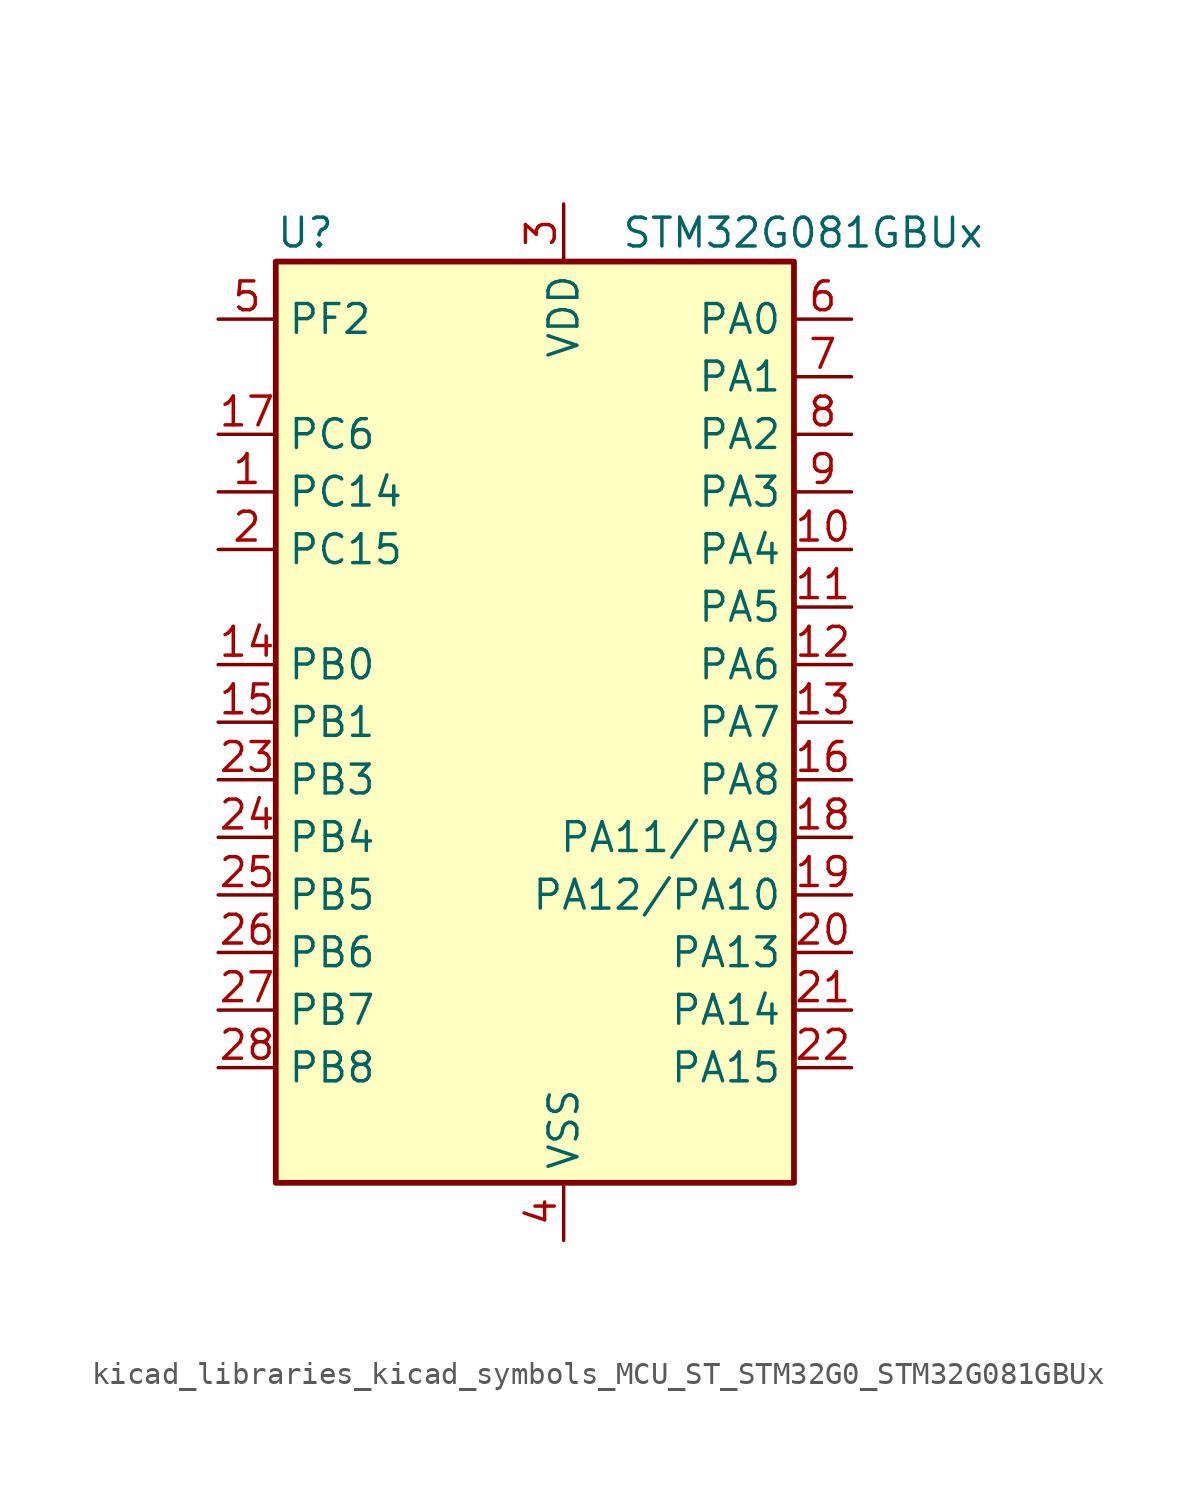
<source format=kicad_sym>
(kicad_symbol_lib
  (version 20220914)
  (generator kicad_symbol_editor)
  (symbol "kicad_libraries_kicad_symbols_MCU_ST_STM32G0_STM32G081GBUx"
    (property "Reference" "U"
      (at -10.16 21.59 0)
      (effects (font (size 1.27 1.27)) (justify left)))
    (property "Value" "STM32G081GBUx"
      (at 5.08 21.59 0)
      (effects (font (size 1.27 1.27)) (justify left)))
    (property "ki_locked" ""
      (at 0 0 0)
      (effects (font (size 1.27 1.27))))
    (symbol "kicad_libraries_kicad_symbols_MCU_ST_STM32G0_STM32G081GBUx_0_1"
      (rectangle (start -10.16 -20.32) (end 12.7 20.32) (stroke (width 0.254) (type default)) (fill (type background))))
    (symbol "kicad_libraries_kicad_symbols_MCU_ST_STM32G0_STM32G081GBUx_1_1"
      (pin bidirectional line (at -12.7 10.16 0) (length 2.54) (name "PC14" (effects (font (size 1.27 1.27)))) (number "1" (effects (font (size 1.27 1.27)))) (alternate "RCC_OSC32_IN" bidirectional line) (alternate "RCC_OSC_IN" bidirectional line) (alternate "TIM1_BK2" bidirectional line))
      (pin bidirectional line (at 15.24 7.62 180) (length 2.54) (name "PA4" (effects (font (size 1.27 1.27)))) (number "10" (effects (font (size 1.27 1.27)))) (alternate "ADC1_IN4" bidirectional line) (alternate "DAC1_OUT1" bidirectional line) (alternate "I2S1_WS" bidirectional line) (alternate "LPTIM2_OUT" bidirectional line) (alternate "RTC_OUT_ALARM" bidirectional line) (alternate "RTC_OUT_CALIB" bidirectional line) (alternate "RTC_TAMP_IN1" bidirectional line) (alternate "RTC_TS" bidirectional line) (alternate "SPI1_NSS" bidirectional line) (alternate "SPI2_MOSI" bidirectional line) (alternate "SYS_WKUP2" bidirectional line) (alternate "TIM14_CH1" bidirectional line))
      (pin bidirectional line (at 15.24 5.08 180) (length 2.54) (name "PA5" (effects (font (size 1.27 1.27)))) (number "11" (effects (font (size 1.27 1.27)))) (alternate "ADC1_IN5" bidirectional line) (alternate "CEC" bidirectional line) (alternate "DAC1_OUT2" bidirectional line) (alternate "I2S1_CK" bidirectional line) (alternate "LPTIM2_ETR" bidirectional line) (alternate "SPI1_SCK" bidirectional line) (alternate "TIM2_CH1" bidirectional line) (alternate "TIM2_ETR" bidirectional line) (alternate "UCPD1_FRSTX1" bidirectional line) (alternate "UCPD1_FRSTX2" bidirectional line) (alternate "USART3_TX" bidirectional line))
      (pin bidirectional line (at 15.24 2.54 180) (length 2.54) (name "PA6" (effects (font (size 1.27 1.27)))) (number "12" (effects (font (size 1.27 1.27)))) (alternate "ADC1_IN6" bidirectional line) (alternate "COMP1_OUT" bidirectional line) (alternate "I2S1_MCK" bidirectional line) (alternate "LPUART1_CTS" bidirectional line) (alternate "SPI1_MISO" bidirectional line) (alternate "TIM16_CH1" bidirectional line) (alternate "TIM1_BK" bidirectional line) (alternate "TIM3_CH1" bidirectional line) (alternate "USART3_CTS" bidirectional line) (alternate "USART3_NSS" bidirectional line))
      (pin bidirectional line (at 15.24 0 180) (length 2.54) (name "PA7" (effects (font (size 1.27 1.27)))) (number "13" (effects (font (size 1.27 1.27)))) (alternate "ADC1_IN7" bidirectional line) (alternate "COMP2_OUT" bidirectional line) (alternate "I2S1_SD" bidirectional line) (alternate "SPI1_MOSI" bidirectional line) (alternate "TIM14_CH1" bidirectional line) (alternate "TIM17_CH1" bidirectional line) (alternate "TIM1_CH1N" bidirectional line) (alternate "TIM3_CH2" bidirectional line) (alternate "UCPD1_FRSTX1" bidirectional line) (alternate "UCPD1_FRSTX2" bidirectional line))
      (pin bidirectional line (at -12.7 2.54 0) (length 2.54) (name "PB0" (effects (font (size 1.27 1.27)))) (number "14" (effects (font (size 1.27 1.27)))) (alternate "ADC1_IN8" bidirectional line) (alternate "COMP1_OUT" bidirectional line) (alternate "I2S1_WS" bidirectional line) (alternate "LPTIM1_OUT" bidirectional line) (alternate "SPI1_NSS" bidirectional line) (alternate "TIM1_CH2N" bidirectional line) (alternate "TIM3_CH3" bidirectional line) (alternate "UCPD1_FRSTX1" bidirectional line) (alternate "UCPD1_FRSTX2" bidirectional line) (alternate "USART3_RX" bidirectional line))
      (pin bidirectional line (at -12.7 0 0) (length 2.54) (name "PB1" (effects (font (size 1.27 1.27)))) (number "15" (effects (font (size 1.27 1.27)))) (alternate "ADC1_IN9" bidirectional line) (alternate "COMP1_INM" bidirectional line) (alternate "LPTIM2_IN1" bidirectional line) (alternate "LPUART1_DE" bidirectional line) (alternate "LPUART1_RTS" bidirectional line) (alternate "TIM14_CH1" bidirectional line) (alternate "TIM1_CH3N" bidirectional line) (alternate "TIM3_CH4" bidirectional line) (alternate "USART3_CK" bidirectional line) (alternate "USART3_DE" bidirectional line) (alternate "USART3_RTS" bidirectional line))
      (pin bidirectional line (at 15.24 -2.54 180) (length 2.54) (name "PA8" (effects (font (size 1.27 1.27)))) (number "16" (effects (font (size 1.27 1.27)))) (alternate "LPTIM2_OUT" bidirectional line) (alternate "RCC_MCO" bidirectional line) (alternate "SPI2_NSS" bidirectional line) (alternate "TIM1_CH1" bidirectional line) (alternate "UCPD1_CC1" bidirectional line))
      (pin bidirectional line (at -12.7 12.7 0) (length 2.54) (name "PC6" (effects (font (size 1.27 1.27)))) (number "17" (effects (font (size 1.27 1.27)))) (alternate "TIM2_CH3" bidirectional line) (alternate "TIM3_CH1" bidirectional line) (alternate "UCPD1_FRSTX1" bidirectional line) (alternate "UCPD1_FRSTX2" bidirectional line))
      (pin bidirectional line (at 15.24 -5.08 180) (length 2.54) (name "PA11/PA9" (effects (font (size 1.27 1.27)))) (number "18" (effects (font (size 1.27 1.27)))) (alternate "ADC1_EXTI11" bidirectional line) (alternate "COMP1_OUT" bidirectional line) (alternate "I2C2_SCL" bidirectional line) (alternate "I2S1_MCK" bidirectional line) (alternate "SPI1_MISO" bidirectional line) (alternate "TIM1_BK2" bidirectional line) (alternate "TIM1_CH4" bidirectional line) (alternate "USART1_CTS" bidirectional line) (alternate "USART1_NSS" bidirectional line))
      (pin bidirectional line (at 15.24 -7.62 180) (length 2.54) (name "PA12/PA10" (effects (font (size 1.27 1.27)))) (number "19" (effects (font (size 1.27 1.27)))) (alternate "COMP2_OUT" bidirectional line) (alternate "I2C2_SDA" bidirectional line) (alternate "I2S1_SD" bidirectional line) (alternate "I2S_CKIN" bidirectional line) (alternate "SPI1_MOSI" bidirectional line) (alternate "TIM1_ETR" bidirectional line) (alternate "USART1_CK" bidirectional line) (alternate "USART1_DE" bidirectional line) (alternate "USART1_RTS" bidirectional line))
      (pin bidirectional line (at -12.7 7.62 0) (length 2.54) (name "PC15" (effects (font (size 1.27 1.27)))) (number "2" (effects (font (size 1.27 1.27)))) (alternate "RCC_OSC32_EN" bidirectional line) (alternate "RCC_OSC32_OUT" bidirectional line) (alternate "RCC_OSC_EN" bidirectional line) (alternate "TIM15_BK" bidirectional line))
      (pin bidirectional line (at 15.24 -10.16 180) (length 2.54) (name "PA13" (effects (font (size 1.27 1.27)))) (number "20" (effects (font (size 1.27 1.27)))) (alternate "IR_OUT" bidirectional line) (alternate "SYS_SWDIO" bidirectional line))
      (pin bidirectional line (at 15.24 -12.7 180) (length 2.54) (name "PA14" (effects (font (size 1.27 1.27)))) (number "21" (effects (font (size 1.27 1.27)))) (alternate "SYS_SWCLK" bidirectional line) (alternate "USART2_TX" bidirectional line))
      (pin bidirectional line (at 15.24 -15.24 180) (length 2.54) (name "PA15" (effects (font (size 1.27 1.27)))) (number "22" (effects (font (size 1.27 1.27)))) (alternate "I2S1_WS" bidirectional line) (alternate "SPI1_NSS" bidirectional line) (alternate "TIM2_CH1" bidirectional line) (alternate "TIM2_ETR" bidirectional line) (alternate "USART2_RX" bidirectional line) (alternate "USART3_CK" bidirectional line) (alternate "USART3_DE" bidirectional line) (alternate "USART3_RTS" bidirectional line) (alternate "USART4_CK" bidirectional line) (alternate "USART4_DE" bidirectional line) (alternate "USART4_RTS" bidirectional line))
      (pin bidirectional line (at -12.7 -2.54 0) (length 2.54) (name "PB3" (effects (font (size 1.27 1.27)))) (number "23" (effects (font (size 1.27 1.27)))) (alternate "COMP2_INM" bidirectional line) (alternate "I2S1_CK" bidirectional line) (alternate "SPI1_SCK" bidirectional line) (alternate "TIM1_CH2" bidirectional line) (alternate "TIM2_CH2" bidirectional line) (alternate "USART1_CK" bidirectional line) (alternate "USART1_DE" bidirectional line) (alternate "USART1_RTS" bidirectional line))
      (pin bidirectional line (at -12.7 -5.08 0) (length 2.54) (name "PB4" (effects (font (size 1.27 1.27)))) (number "24" (effects (font (size 1.27 1.27)))) (alternate "COMP2_INP" bidirectional line) (alternate "I2S1_MCK" bidirectional line) (alternate "SPI1_MISO" bidirectional line) (alternate "TIM17_BK" bidirectional line) (alternate "TIM3_CH1" bidirectional line) (alternate "USART1_CTS" bidirectional line) (alternate "USART1_NSS" bidirectional line))
      (pin bidirectional line (at -12.7 -7.62 0) (length 2.54) (name "PB5" (effects (font (size 1.27 1.27)))) (number "25" (effects (font (size 1.27 1.27)))) (alternate "COMP2_OUT" bidirectional line) (alternate "I2C1_SMBA" bidirectional line) (alternate "I2S1_SD" bidirectional line) (alternate "LPTIM1_IN1" bidirectional line) (alternate "SPI1_MOSI" bidirectional line) (alternate "SYS_WKUP6" bidirectional line) (alternate "TIM16_BK" bidirectional line) (alternate "TIM3_CH2" bidirectional line))
      (pin bidirectional line (at -12.7 -10.16 0) (length 2.54) (name "PB6" (effects (font (size 1.27 1.27)))) (number "26" (effects (font (size 1.27 1.27)))) (alternate "COMP2_INP" bidirectional line) (alternate "I2C1_SCL" bidirectional line) (alternate "LPTIM1_ETR" bidirectional line) (alternate "SPI2_MISO" bidirectional line) (alternate "TIM16_CH1N" bidirectional line) (alternate "TIM1_CH3" bidirectional line) (alternate "USART1_TX" bidirectional line))
      (pin bidirectional line (at -12.7 -12.7 0) (length 2.54) (name "PB7" (effects (font (size 1.27 1.27)))) (number "27" (effects (font (size 1.27 1.27)))) (alternate "COMP2_INM" bidirectional line) (alternate "I2C1_SDA" bidirectional line) (alternate "LPTIM1_IN2" bidirectional line) (alternate "SPI2_MOSI" bidirectional line) (alternate "SYS_PVD_IN" bidirectional line) (alternate "TIM17_CH1N" bidirectional line) (alternate "USART1_RX" bidirectional line) (alternate "USART4_CTS" bidirectional line) (alternate "USART4_NSS" bidirectional line))
      (pin bidirectional line (at -12.7 -15.24 0) (length 2.54) (name "PB8" (effects (font (size 1.27 1.27)))) (number "28" (effects (font (size 1.27 1.27)))) (alternate "CEC" bidirectional line) (alternate "I2C1_SCL" bidirectional line) (alternate "SPI2_SCK" bidirectional line) (alternate "TIM15_BK" bidirectional line) (alternate "TIM16_CH1" bidirectional line) (alternate "USART3_TX" bidirectional line))
      (pin power_in line (at 2.54 22.86 270) (length 2.54) (name "VDD" (effects (font (size 1.27 1.27)))) (number "3" (effects (font (size 1.27 1.27)))))
      (pin power_in line (at 2.54 -22.86 90) (length 2.54) (name "VSS" (effects (font (size 1.27 1.27)))) (number "4" (effects (font (size 1.27 1.27)))))
      (pin bidirectional line (at -12.7 17.78 0) (length 2.54) (name "PF2" (effects (font (size 1.27 1.27)))) (number "5" (effects (font (size 1.27 1.27)))) (alternate "RCC_MCO" bidirectional line))
      (pin bidirectional line (at 15.24 17.78 180) (length 2.54) (name "PA0" (effects (font (size 1.27 1.27)))) (number "6" (effects (font (size 1.27 1.27)))) (alternate "ADC1_IN0" bidirectional line) (alternate "COMP1_INM" bidirectional line) (alternate "COMP1_OUT" bidirectional line) (alternate "LPTIM1_OUT" bidirectional line) (alternate "RTC_TAMP_IN2" bidirectional line) (alternate "SPI2_SCK" bidirectional line) (alternate "SYS_WKUP1" bidirectional line) (alternate "TIM2_CH1" bidirectional line) (alternate "TIM2_ETR" bidirectional line) (alternate "USART2_CTS" bidirectional line) (alternate "USART2_NSS" bidirectional line) (alternate "USART4_TX" bidirectional line))
      (pin bidirectional line (at 15.24 15.24 180) (length 2.54) (name "PA1" (effects (font (size 1.27 1.27)))) (number "7" (effects (font (size 1.27 1.27)))) (alternate "ADC1_IN1" bidirectional line) (alternate "COMP1_INP" bidirectional line) (alternate "I2C1_SMBA" bidirectional line) (alternate "I2S1_CK" bidirectional line) (alternate "SPI1_SCK" bidirectional line) (alternate "TIM15_CH1N" bidirectional line) (alternate "TIM2_CH2" bidirectional line) (alternate "USART2_CK" bidirectional line) (alternate "USART2_DE" bidirectional line) (alternate "USART2_RTS" bidirectional line) (alternate "USART4_RX" bidirectional line))
      (pin bidirectional line (at 15.24 12.7 180) (length 2.54) (name "PA2" (effects (font (size 1.27 1.27)))) (number "8" (effects (font (size 1.27 1.27)))) (alternate "ADC1_IN2" bidirectional line) (alternate "COMP2_INM" bidirectional line) (alternate "COMP2_OUT" bidirectional line) (alternate "I2S1_SD" bidirectional line) (alternate "LPUART1_TX" bidirectional line) (alternate "RCC_LSCO" bidirectional line) (alternate "SPI1_MOSI" bidirectional line) (alternate "SYS_WKUP4" bidirectional line) (alternate "TIM15_CH1" bidirectional line) (alternate "TIM2_CH3" bidirectional line) (alternate "UCPD1_FRSTX1" bidirectional line) (alternate "UCPD1_FRSTX2" bidirectional line) (alternate "USART2_TX" bidirectional line))
      (pin bidirectional line (at 15.24 10.16 180) (length 2.54) (name "PA3" (effects (font (size 1.27 1.27)))) (number "9" (effects (font (size 1.27 1.27)))) (alternate "ADC1_IN3" bidirectional line) (alternate "COMP2_INP" bidirectional line) (alternate "LPUART1_RX" bidirectional line) (alternate "SPI2_MISO" bidirectional line) (alternate "TIM15_CH2" bidirectional line) (alternate "TIM2_CH4" bidirectional line) (alternate "USART2_RX" bidirectional line)))))
</source>
